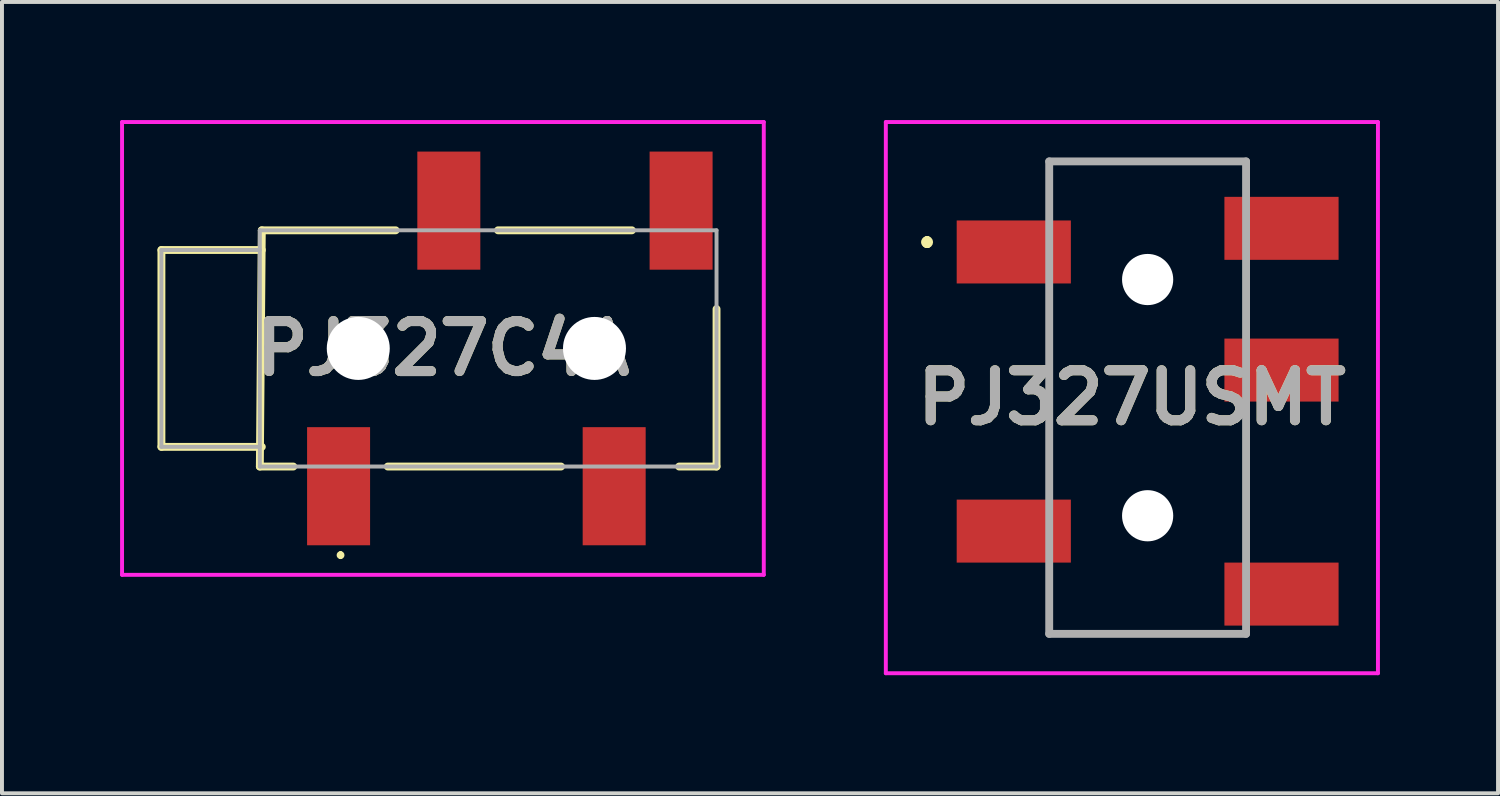
<source format=kicad_pcb>
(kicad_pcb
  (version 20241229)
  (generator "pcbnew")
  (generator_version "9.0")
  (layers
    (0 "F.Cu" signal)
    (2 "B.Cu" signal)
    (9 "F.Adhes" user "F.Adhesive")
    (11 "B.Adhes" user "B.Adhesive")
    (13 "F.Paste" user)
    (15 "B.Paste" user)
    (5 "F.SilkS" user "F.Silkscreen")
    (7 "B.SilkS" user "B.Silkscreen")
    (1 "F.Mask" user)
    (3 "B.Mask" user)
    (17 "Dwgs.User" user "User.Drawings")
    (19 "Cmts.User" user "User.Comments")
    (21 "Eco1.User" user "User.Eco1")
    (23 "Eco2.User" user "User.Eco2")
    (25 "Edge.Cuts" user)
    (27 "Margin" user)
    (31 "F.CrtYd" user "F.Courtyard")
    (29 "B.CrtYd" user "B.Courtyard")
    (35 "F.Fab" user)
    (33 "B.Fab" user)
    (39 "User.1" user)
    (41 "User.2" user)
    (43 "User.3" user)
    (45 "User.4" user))
  (footprint "PJ327C4A"
    (layer "F.Cu")
    (at 8.2 5.8)
    (property "Reference" "PJ327C4A" (at 0 0 0) (layer "F.SilkS") (effects (font (size 1.27 1.27) (thickness 0.254))))
    (attr through_hole)
    (fp_line (start -7.15 -2.5) (end -4.6 -2.5) (stroke (width 0.2) (type solid)) (layer "F.SilkS"))
    (fp_line (start -7.15 2.5) (end -7.15 -2.5) (stroke (width 0.2) (type solid)) (layer "F.SilkS"))
    (fp_line (start -4.65 3) (end -3.8 3) (stroke (width 0.2) (type solid)) (layer "F.SilkS"))
    (fp_line (start -4.6 -3) (end -4.65 3) (stroke (width 0.2) (type solid)) (layer "F.SilkS"))
    (fp_line (start -4.6 2.5) (end -7.15 2.5) (stroke (width 0.2) (type solid)) (layer "F.SilkS"))
    (fp_line (start -2.6 5.2) (end -2.6 5.2) (stroke (width 0.1) (type solid)) (layer "F.SilkS"))
    (fp_line (start -2.6 5.3) (end -2.6 5.3) (stroke (width 0.1) (type solid)) (layer "F.SilkS"))
    (fp_line (start -1.4 3) (end 3 3) (stroke (width 0.2) (type solid)) (layer "F.SilkS"))
    (fp_line (start -1.2 -3) (end -4.6 -3) (stroke (width 0.2) (type solid)) (layer "F.SilkS"))
    (fp_line (start 1.4 -3) (end 4.8 -3) (stroke (width 0.2) (type solid)) (layer "F.SilkS"))
    (fp_line (start 6 3) (end 6.95 3) (stroke (width 0.2) (type solid)) (layer "F.SilkS"))
    (fp_line (start 6.95 3) (end 6.95 -1) (stroke (width 0.2) (type solid)) (layer "F.SilkS"))
    (fp_arc (start -2.6 5.2) (mid -2.55 5.25) (end -2.6 5.3) (stroke (width 0.1) (type solid)) (layer "F.SilkS"))
    (fp_arc (start -2.6 5.3) (mid -2.65 5.25) (end -2.6 5.2) (stroke (width 0.1) (type solid)) (layer "F.SilkS"))
    (fp_line (start -8.15 -5.75) (end 8.15 -5.75) (stroke (width 0.1) (type solid)) (layer "F.CrtYd"))
    (fp_line (start -8.15 5.75) (end -8.15 -5.75) (stroke (width 0.1) (type solid)) (layer "F.CrtYd"))
    (fp_line (start 8.15 -5.75) (end 8.15 5.75) (stroke (width 0.1) (type solid)) (layer "F.CrtYd"))
    (fp_line (start 8.15 5.75) (end -8.15 5.75) (stroke (width 0.1) (type solid)) (layer "F.CrtYd"))
    (fp_line (start -7.15 -2.5) (end -7.15 2.5) (stroke (width 0.1) (type solid)) (layer "F.Fab"))
    (fp_line (start -7.15 2.5) (end -4.65 2.5) (stroke (width 0.1) (type solid)) (layer "F.Fab"))
    (fp_line (start -4.65 -3) (end 6.95 -3) (stroke (width 0.1) (type solid)) (layer "F.Fab"))
    (fp_line (start -4.65 -2.5) (end -7.15 -2.5) (stroke (width 0.1) (type solid)) (layer "F.Fab"))
    (fp_line (start -4.65 3) (end -4.65 -3) (stroke (width 0.1) (type solid)) (layer "F.Fab"))
    (fp_line (start 6.95 -3) (end 6.95 3) (stroke (width 0.1) (type solid)) (layer "F.Fab"))
    (fp_line (start 6.95 3) (end -4.65 3) (stroke (width 0.1) (type solid)) (layer "F.Fab"))
    (fp_text user "${REFERENCE}" (at 0 0 0) (layer "F.Fab") (effects (font (size 1.27 1.27) (thickness 0.254))))
    (pad "" np_thru_hole circle (at -2.15 0) (size 1.6 1.6) (drill 1.6) (layers "*.Cu" "*.Mask"))
    (pad "" np_thru_hole circle (at 3.85 0) (size 1.6 1.6) (drill 1.6) (layers "*.Cu" "*.Mask"))
    (pad "3" smd rect (at 6.05 -3.5) (size 1.6 3) (layers "F.Cu" "F.Mask" "F.Paste"))
    (pad "4" smd rect (at 4.35 3.5) (size 1.6 3) (layers "F.Cu" "F.Mask" "F.Paste"))
    (pad "5" smd rect (at -2.65 3.5) (size 1.6 3) (layers "F.Cu" "F.Mask" "F.Paste"))
    (pad "6" smd rect (at 0.15 -3.5) (size 1.6 3) (layers "F.Cu" "F.Mask" "F.Paste")))
  (footprint "PJ327USMT"
    (layer "F.Cu")
    (at 26.1 1.05)
    (property "Reference" "PJ327USMT" (at -0.4 6 0) (layer "F.SilkS") (effects (font (size 1.27 1.27) (thickness 0.254))))
    (attr through_hole)
    (fp_line (start -5.6 2) (end -5.6 2) (stroke (width 0.2) (type solid)) (layer "F.SilkS"))
    (fp_line (start -5.6 2) (end -5.6 2) (stroke (width 0.2) (type solid)) (layer "F.SilkS"))
    (fp_line (start -5.6 2.1) (end -5.6 2.1) (stroke (width 0.2) (type solid)) (layer "F.SilkS"))
    (fp_line (start -2.5 0) (end -2.5 0) (stroke (width 0.1) (type solid)) (layer "F.SilkS"))
    (fp_line (start -2.5 0) (end -2.5 0) (stroke (width 0.1) (type solid)) (layer "F.SilkS"))
    (fp_line (start -2.5 0) (end -2.5 0.75) (stroke (width 0.1) (type solid)) (layer "F.SilkS"))
    (fp_line (start -2.5 0) (end 2.5 0) (stroke (width 0.1) (type solid)) (layer "F.SilkS"))
    (fp_line (start -2.5 0.75) (end -2.5 0) (stroke (width 0.1) (type solid)) (layer "F.SilkS"))
    (fp_line (start -2.5 0.75) (end -2.5 0.75) (stroke (width 0.1) (type solid)) (layer "F.SilkS"))
    (fp_line (start -2.5 4) (end -2.5 4) (stroke (width 0.1) (type solid)) (layer "F.SilkS"))
    (fp_line (start -2.5 4) (end -2.5 8) (stroke (width 0.1) (type solid)) (layer "F.SilkS"))
    (fp_line (start -2.5 8) (end -2.5 4) (stroke (width 0.1) (type solid)) (layer "F.SilkS"))
    (fp_line (start -2.5 8) (end -2.5 8) (stroke (width 0.1) (type solid)) (layer "F.SilkS"))
    (fp_line (start -2.5 11) (end -2.5 11) (stroke (width 0.1) (type solid)) (layer "F.SilkS"))
    (fp_line (start -2.5 11) (end -2.5 12) (stroke (width 0.1) (type solid)) (layer "F.SilkS"))
    (fp_line (start -2.5 12) (end -2.5 11) (stroke (width 0.1) (type solid)) (layer "F.SilkS"))
    (fp_line (start -2.5 12) (end -2.5 12) (stroke (width 0.1) (type solid)) (layer "F.SilkS"))
    (fp_line (start -2.5 12) (end -2.5 12) (stroke (width 0.1) (type solid)) (layer "F.SilkS"))
    (fp_line (start -2.5 12) (end 1.5 12) (stroke (width 0.1) (type solid)) (layer "F.SilkS"))
    (fp_line (start 1.5 12) (end -2.5 12) (stroke (width 0.1) (type solid)) (layer "F.SilkS"))
    (fp_line (start 1.5 12) (end 1.5 12) (stroke (width 0.1) (type solid)) (layer "F.SilkS"))
    (fp_line (start 2.5 0) (end -2.5 0) (stroke (width 0.1) (type solid)) (layer "F.SilkS"))
    (fp_line (start 2.5 0) (end 2.5 0) (stroke (width 0.1) (type solid)) (layer "F.SilkS"))
    (fp_line (start 2.5 3) (end 2.5 3) (stroke (width 0.1) (type solid)) (layer "F.SilkS"))
    (fp_line (start 2.5 3) (end 2.5 3.75) (stroke (width 0.1) (type solid)) (layer "F.SilkS"))
    (fp_line (start 2.5 3.75) (end 2.5 3) (stroke (width 0.1) (type solid)) (layer "F.SilkS"))
    (fp_line (start 2.5 3.75) (end 2.5 3.75) (stroke (width 0.1) (type solid)) (layer "F.SilkS"))
    (fp_line (start 2.5 6.75) (end 2.5 6.75) (stroke (width 0.1) (type solid)) (layer "F.SilkS"))
    (fp_line (start 2.5 6.75) (end 2.5 9.25) (stroke (width 0.1) (type solid)) (layer "F.SilkS"))
    (fp_line (start 2.5 9.25) (end 2.5 6.75) (stroke (width 0.1) (type solid)) (layer "F.SilkS"))
    (fp_line (start 2.5 9.25) (end 2.5 9.25) (stroke (width 0.1) (type solid)) (layer "F.SilkS"))
    (fp_arc (start -5.6 2) (mid -5.55 2.05) (end -5.6 2.1) (stroke (width 0.2) (type solid)) (layer "F.SilkS"))
    (fp_arc (start -5.6 2.1) (mid -5.65 2.05) (end -5.6 2) (stroke (width 0.2) (type solid)) (layer "F.SilkS"))
    (fp_arc (start -5.6 2.1) (mid -5.65 2.05) (end -5.6 2) (stroke (width 0.2) (type solid)) (layer "F.SilkS"))
    (fp_line (start -6.65 -1) (end 5.85 -1) (stroke (width 0.1) (type solid)) (layer "F.CrtYd"))
    (fp_line (start -6.65 13) (end -6.65 -1) (stroke (width 0.1) (type solid)) (layer "F.CrtYd"))
    (fp_line (start 5.85 -1) (end 5.85 13) (stroke (width 0.1) (type solid)) (layer "F.CrtYd"))
    (fp_line (start 5.85 13) (end -6.65 13) (stroke (width 0.1) (type solid)) (layer "F.CrtYd"))
    (fp_line (start -2.5 0) (end -2.5 12) (stroke (width 0.2) (type solid)) (layer "F.Fab"))
    (fp_line (start -2.5 12) (end 2.5 12) (stroke (width 0.2) (type solid)) (layer "F.Fab"))
    (fp_line (start 2.5 0) (end -2.5 0) (stroke (width 0.2) (type solid)) (layer "F.Fab"))
    (fp_line (start 2.5 12) (end 2.5 0) (stroke (width 0.2) (type solid)) (layer "F.Fab"))
    (fp_text user "${REFERENCE}" (at -0.4 6 0) (layer "F.Fab") (effects (font (size 1.27 1.27) (thickness 0.254))))
    (pad "" np_thru_hole circle (at 0 3) (size 1.3 1.3) (drill 1.3) (layers "*.Cu" "*.Mask"))
    (pad "" np_thru_hole circle (at 0 9) (size 1.3 1.3) (drill 1.3) (layers "*.Cu" "*.Mask"))
    (pad "2" smd rect (at -3.4 2.3 90) (size 1.6 2.9) (layers "F.Cu" "F.Mask" "F.Paste"))
    (pad "3" smd rect (at -3.4 9.39 90) (size 1.6 2.9) (layers "F.Cu" "F.Mask" "F.Paste"))
    (pad "4" smd rect (at 3.4 10.99 90) (size 1.6 2.9) (layers "F.Cu" "F.Mask" "F.Paste"))
    (pad "5" smd rect (at 3.4 5.3 90) (size 1.6 2.9) (layers "F.Cu" "F.Mask" "F.Paste"))
    (pad "6" smd rect (at 3.4 1.7 90) (size 1.6 2.9) (layers "F.Cu" "F.Mask" "F.Paste")))
  (gr_rect
    (start -3 -3)
    (end 35 17.1)
    (stroke (width 0.1) (type default))
    (fill no)
    (layer "Edge.Cuts")))
</source>
